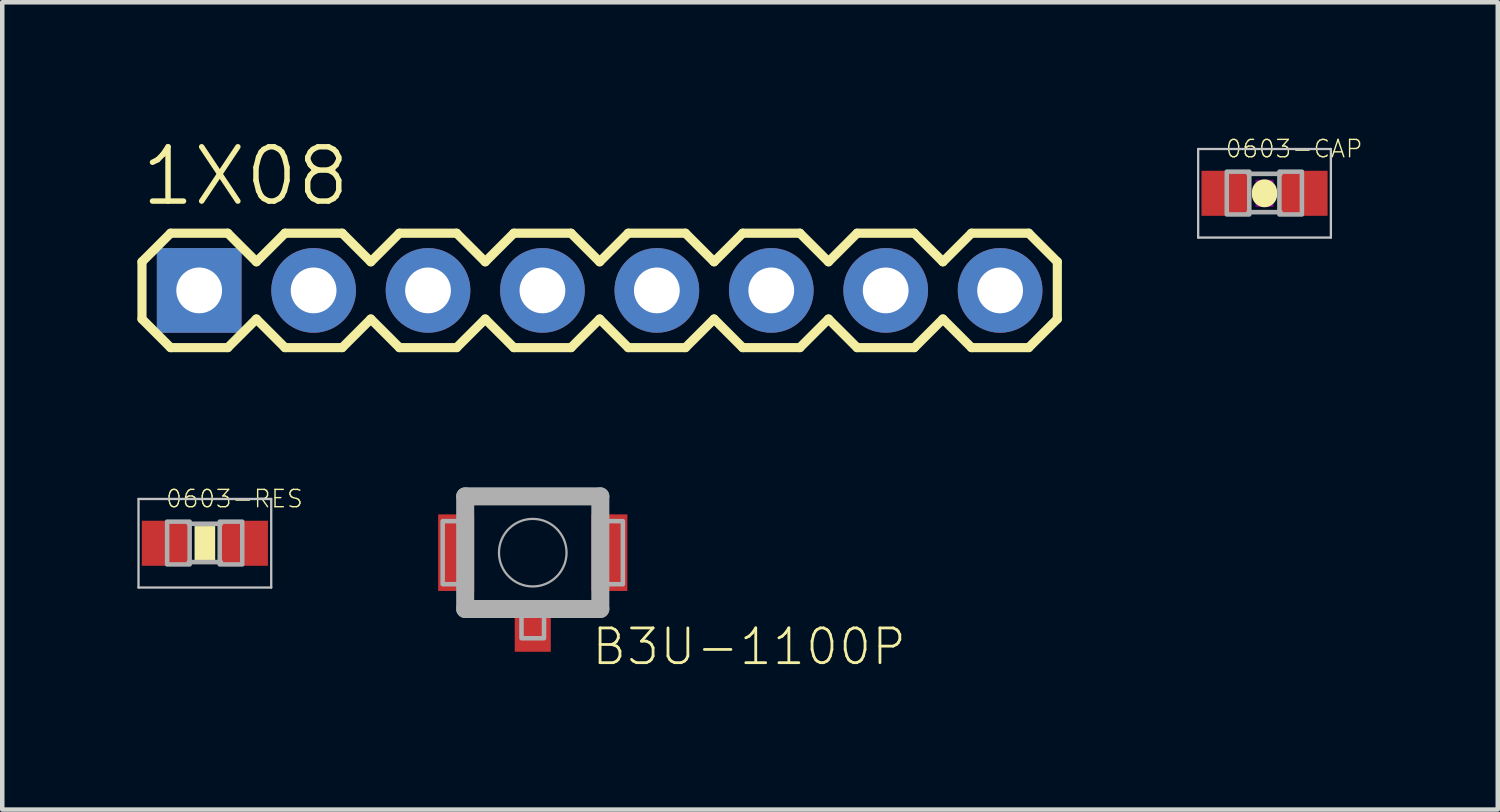
<source format=kicad_pcb>
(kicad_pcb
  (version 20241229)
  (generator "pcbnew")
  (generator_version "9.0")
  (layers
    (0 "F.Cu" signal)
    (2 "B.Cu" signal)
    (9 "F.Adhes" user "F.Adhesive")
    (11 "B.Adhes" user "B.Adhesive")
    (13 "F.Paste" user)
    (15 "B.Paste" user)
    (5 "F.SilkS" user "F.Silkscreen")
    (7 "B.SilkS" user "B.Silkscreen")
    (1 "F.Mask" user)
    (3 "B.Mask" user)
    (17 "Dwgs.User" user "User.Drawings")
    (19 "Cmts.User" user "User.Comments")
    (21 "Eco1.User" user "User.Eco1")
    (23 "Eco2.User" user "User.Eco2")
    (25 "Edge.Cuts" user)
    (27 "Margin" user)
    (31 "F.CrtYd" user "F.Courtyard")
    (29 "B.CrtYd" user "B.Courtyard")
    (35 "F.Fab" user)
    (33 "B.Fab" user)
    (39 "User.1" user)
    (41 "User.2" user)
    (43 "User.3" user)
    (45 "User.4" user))
  (footprint "1X08"
    (layer "F.Cu")
    (at 1.372 3.397)
    (property "Reference" "1X08" (at -1.346 -1.829 0) (layer "F.SilkS") (effects (font (size 1.206 1.206) (thickness 0.121)) (justify left bottom)))
    (attr through_hole)
    (fp_line (start -1.27 -0.635) (end -1.27 0.635) (stroke (width 0.203) (type solid)) (layer "F.SilkS"))
    (fp_line (start -1.27 0.635) (end -0.635 1.27) (stroke (width 0.203) (type solid)) (layer "F.SilkS"))
    (fp_line (start -0.635 -1.27) (end -1.27 -0.635) (stroke (width 0.203) (type solid)) (layer "F.SilkS"))
    (fp_line (start -0.635 -1.27) (end 0.635 -1.27) (stroke (width 0.203) (type solid)) (layer "F.SilkS"))
    (fp_line (start 0.635 -1.27) (end 1.27 -0.635) (stroke (width 0.203) (type solid)) (layer "F.SilkS"))
    (fp_line (start 0.635 1.27) (end -0.635 1.27) (stroke (width 0.203) (type solid)) (layer "F.SilkS"))
    (fp_line (start 1.27 -0.635) (end 1.905 -1.27) (stroke (width 0.203) (type solid)) (layer "F.SilkS"))
    (fp_line (start 1.27 0.635) (end 0.635 1.27) (stroke (width 0.203) (type solid)) (layer "F.SilkS"))
    (fp_line (start 1.905 -1.27) (end 3.175 -1.27) (stroke (width 0.203) (type solid)) (layer "F.SilkS"))
    (fp_line (start 1.905 1.27) (end 1.27 0.635) (stroke (width 0.203) (type solid)) (layer "F.SilkS"))
    (fp_line (start 3.175 -1.27) (end 3.81 -0.635) (stroke (width 0.203) (type solid)) (layer "F.SilkS"))
    (fp_line (start 3.175 1.27) (end 1.905 1.27) (stroke (width 0.203) (type solid)) (layer "F.SilkS"))
    (fp_line (start 3.81 -0.635) (end 4.445 -1.27) (stroke (width 0.203) (type solid)) (layer "F.SilkS"))
    (fp_line (start 3.81 0.635) (end 3.175 1.27) (stroke (width 0.203) (type solid)) (layer "F.SilkS"))
    (fp_line (start 4.445 -1.27) (end 5.715 -1.27) (stroke (width 0.203) (type solid)) (layer "F.SilkS"))
    (fp_line (start 4.445 1.27) (end 3.81 0.635) (stroke (width 0.203) (type solid)) (layer "F.SilkS"))
    (fp_line (start 5.715 -1.27) (end 6.35 -0.635) (stroke (width 0.203) (type solid)) (layer "F.SilkS"))
    (fp_line (start 5.715 1.27) (end 4.445 1.27) (stroke (width 0.203) (type solid)) (layer "F.SilkS"))
    (fp_line (start 6.35 0.635) (end 5.715 1.27) (stroke (width 0.203) (type solid)) (layer "F.SilkS"))
    (fp_line (start 6.35 0.635) (end 6.985 1.27) (stroke (width 0.203) (type solid)) (layer "F.SilkS"))
    (fp_line (start 6.985 -1.27) (end 6.35 -0.635) (stroke (width 0.203) (type solid)) (layer "F.SilkS"))
    (fp_line (start 6.985 -1.27) (end 8.255 -1.27) (stroke (width 0.203) (type solid)) (layer "F.SilkS"))
    (fp_line (start 8.255 -1.27) (end 8.89 -0.635) (stroke (width 0.203) (type solid)) (layer "F.SilkS"))
    (fp_line (start 8.255 1.27) (end 6.985 1.27) (stroke (width 0.203) (type solid)) (layer "F.SilkS"))
    (fp_line (start 8.89 -0.635) (end 9.525 -1.27) (stroke (width 0.203) (type solid)) (layer "F.SilkS"))
    (fp_line (start 8.89 0.635) (end 8.255 1.27) (stroke (width 0.203) (type solid)) (layer "F.SilkS"))
    (fp_line (start 9.525 -1.27) (end 10.795 -1.27) (stroke (width 0.203) (type solid)) (layer "F.SilkS"))
    (fp_line (start 9.525 1.27) (end 8.89 0.635) (stroke (width 0.203) (type solid)) (layer "F.SilkS"))
    (fp_line (start 10.795 -1.27) (end 11.43 -0.635) (stroke (width 0.203) (type solid)) (layer "F.SilkS"))
    (fp_line (start 10.795 1.27) (end 9.525 1.27) (stroke (width 0.203) (type solid)) (layer "F.SilkS"))
    (fp_line (start 11.43 -0.635) (end 12.065 -1.27) (stroke (width 0.203) (type solid)) (layer "F.SilkS"))
    (fp_line (start 11.43 0.635) (end 10.795 1.27) (stroke (width 0.203) (type solid)) (layer "F.SilkS"))
    (fp_line (start 12.065 -1.27) (end 13.335 -1.27) (stroke (width 0.203) (type solid)) (layer "F.SilkS"))
    (fp_line (start 12.065 1.27) (end 11.43 0.635) (stroke (width 0.203) (type solid)) (layer "F.SilkS"))
    (fp_line (start 13.335 -1.27) (end 13.97 -0.635) (stroke (width 0.203) (type solid)) (layer "F.SilkS"))
    (fp_line (start 13.335 1.27) (end 12.065 1.27) (stroke (width 0.203) (type solid)) (layer "F.SilkS"))
    (fp_line (start 13.97 0.635) (end 13.335 1.27) (stroke (width 0.203) (type solid)) (layer "F.SilkS"))
    (fp_line (start 13.97 0.635) (end 14.605 1.27) (stroke (width 0.203) (type solid)) (layer "F.SilkS"))
    (fp_line (start 14.605 -1.27) (end 13.97 -0.635) (stroke (width 0.203) (type solid)) (layer "F.SilkS"))
    (fp_line (start 14.605 -1.27) (end 15.875 -1.27) (stroke (width 0.203) (type solid)) (layer "F.SilkS"))
    (fp_line (start 15.875 -1.27) (end 16.51 -0.635) (stroke (width 0.203) (type solid)) (layer "F.SilkS"))
    (fp_line (start 15.875 1.27) (end 14.605 1.27) (stroke (width 0.203) (type solid)) (layer "F.SilkS"))
    (fp_line (start 16.51 0.635) (end 15.875 1.27) (stroke (width 0.203) (type solid)) (layer "F.SilkS"))
    (fp_line (start 16.51 0.635) (end 17.145 1.27) (stroke (width 0.203) (type solid)) (layer "F.SilkS"))
    (fp_line (start 17.145 -1.27) (end 16.51 -0.635) (stroke (width 0.203) (type solid)) (layer "F.SilkS"))
    (fp_line (start 17.145 -1.27) (end 18.415 -1.27) (stroke (width 0.203) (type solid)) (layer "F.SilkS"))
    (fp_line (start 18.415 -1.27) (end 19.05 -0.635) (stroke (width 0.203) (type solid)) (layer "F.SilkS"))
    (fp_line (start 18.415 1.27) (end 17.145 1.27) (stroke (width 0.203) (type solid)) (layer "F.SilkS"))
    (fp_line (start 19.05 -0.635) (end 19.05 0.635) (stroke (width 0.203) (type solid)) (layer "F.SilkS"))
    (fp_line (start 19.05 0.635) (end 18.415 1.27) (stroke (width 0.203) (type solid)) (layer "F.SilkS"))
    (fp_poly (pts (xy -0.254 0.254) (xy 0.254 0.254) (xy 0.254 -0.254) (xy -0.254 -0.254)) (stroke (width 0.1) (type solid)) (fill no) (layer "F.Fab"))
    (fp_poly (pts (xy 2.286 0.254) (xy 2.794 0.254) (xy 2.794 -0.254) (xy 2.286 -0.254)) (stroke (width 0.1) (type solid)) (fill no) (layer "F.Fab"))
    (fp_poly (pts (xy 4.826 0.254) (xy 5.334 0.254) (xy 5.334 -0.254) (xy 4.826 -0.254)) (stroke (width 0.1) (type solid)) (fill no) (layer "F.Fab"))
    (fp_poly (pts (xy 7.366 0.254) (xy 7.874 0.254) (xy 7.874 -0.254) (xy 7.366 -0.254)) (stroke (width 0.1) (type solid)) (fill no) (layer "F.Fab"))
    (fp_poly (pts (xy 9.906 0.254) (xy 10.414 0.254) (xy 10.414 -0.254) (xy 9.906 -0.254)) (stroke (width 0.1) (type solid)) (fill no) (layer "F.Fab"))
    (fp_poly (pts (xy 12.446 0.254) (xy 12.954 0.254) (xy 12.954 -0.254) (xy 12.446 -0.254)) (stroke (width 0.1) (type solid)) (fill no) (layer "F.Fab"))
    (fp_poly (pts (xy 14.986 0.254) (xy 15.494 0.254) (xy 15.494 -0.254) (xy 14.986 -0.254)) (stroke (width 0.1) (type solid)) (fill no) (layer "F.Fab"))
    (fp_poly (pts (xy 17.526 0.254) (xy 18.034 0.254) (xy 18.034 -0.254) (xy 17.526 -0.254)) (stroke (width 0.1) (type solid)) (fill no) (layer "F.Fab"))
    (pad "1" thru_hole rect (at 0 0 90) (size 1.88 1.88) (drill 1.016) (layers "*.Cu" "*.Mask"))
    (pad "2" thru_hole circle (at 2.54 0 90) (size 1.88 1.88) (drill 1.016) (layers "*.Cu" "*.Mask"))
    (pad "3" thru_hole circle (at 5.08 0 90) (size 1.88 1.88) (drill 1.016) (layers "*.Cu" "*.Mask"))
    (pad "4" thru_hole circle (at 7.62 0 90) (size 1.88 1.88) (drill 1.016) (layers "*.Cu" "*.Mask"))
    (pad "5" thru_hole circle (at 10.16 0 90) (size 1.88 1.88) (drill 1.016) (layers "*.Cu" "*.Mask"))
    (pad "6" thru_hole circle (at 12.7 0 90) (size 1.88 1.88) (drill 1.016) (layers "*.Cu" "*.Mask"))
    (pad "7" thru_hole circle (at 15.24 0 90) (size 1.88 1.88) (drill 1.016) (layers "*.Cu" "*.Mask"))
    (pad "8" thru_hole circle (at 17.78 0 90) (size 1.88 1.88) (drill 1.016) (layers "*.Cu" "*.Mask")))
  (footprint "B3U-1100P"
    (layer "F.Cu")
    (at 8.777 9.219)
    (property "Reference" "B3U-1100P" (at 1.27 2.54 180) (layer "F.SilkS") (effects (font (size 0.772 0.772) (thickness 0.062)) (justify left bottom)))
    (attr through_hole)
    (fp_line (start -1.5 -1.25) (end 1.5 -1.25) (stroke (width 0.4) (type solid)) (layer "F.Fab"))
    (fp_line (start -1.5 1.25) (end -1.5 -1.25) (stroke (width 0.4) (type solid)) (layer "F.Fab"))
    (fp_line (start 1.5 -1.25) (end 1.5 1.25) (stroke (width 0.4) (type solid)) (layer "F.Fab"))
    (fp_line (start 1.5 1.25) (end -1.5 1.25) (stroke (width 0.4) (type solid)) (layer "F.Fab"))
    (fp_circle (center 0 0) (end 0.75 0) (stroke (width 0.05) (type solid)) (fill no) (layer "F.Fab"))
    (fp_poly (pts (xy -2 0.7) (xy -1.5 0.7) (xy -1.5 -0.7) (xy -2 -0.7)) (stroke (width 0.1) (type solid)) (fill no) (layer "F.Fab"))
    (fp_poly (pts (xy -0.25 1.9) (xy 0.25 1.9) (xy 0.25 1.25) (xy -0.25 1.25)) (stroke (width 0.1) (type solid)) (fill no) (layer "F.Fab"))
    (fp_poly (pts (xy 1.5 0.7) (xy 2 0.7) (xy 2 -0.7) (xy 1.5 -0.7)) (stroke (width 0.1) (type solid)) (fill no) (layer "F.Fab"))
    (pad "P$1" smd rect (at -1.7 0) (size 0.8 1.7) (layers "F.Cu" "F.Mask" "F.Paste"))
    (pad "P$2" smd rect (at 1.7 0) (size 0.8 1.7) (layers "F.Cu" "F.Mask" "F.Paste"))
    (pad "P$3" smd rect (at 0 1.65) (size 0.8 1.1) (layers "F.Cu" "F.Mask" "F.Paste")))
  (footprint "0603-CAP"
    (layer "F.Cu")
    (at 25.022 1.241)
    (property "Reference" "0603-CAP" (at -0.889 -0.762 180) (layer "F.SilkS") (effects (font (size 0.386 0.386) (thickness 0.031)) (justify left bottom)))
    (attr through_hole)
    (fp_line (start 0 -0.03) (end 0 0.03) (stroke (width 0.559) (type solid)) (layer "F.SilkS"))
    (fp_poly (pts (xy -0.2 0.3) (xy 0.2 0.3) (xy 0.2 -0.3) (xy -0.2 -0.3)) (stroke (width 0) (type solid)) (fill yes) (layer "F.Adhes"))
    (fp_line (start -1.473 -0.983) (end 1.473 -0.983) (stroke (width 0.051) (type solid)) (layer "Dwgs.User"))
    (fp_line (start -1.473 0.983) (end -1.473 -0.983) (stroke (width 0.051) (type solid)) (layer "Dwgs.User"))
    (fp_line (start 1.473 -0.983) (end 1.473 0.983) (stroke (width 0.051) (type solid)) (layer "Dwgs.User"))
    (fp_line (start 1.473 0.983) (end -1.473 0.983) (stroke (width 0.051) (type solid)) (layer "Dwgs.User"))
    (fp_line (start -0.356 -0.432) (end 0.356 -0.432) (stroke (width 0.102) (type solid)) (layer "F.Fab"))
    (fp_line (start -0.356 0.419) (end 0.356 0.419) (stroke (width 0.102) (type solid)) (layer "F.Fab"))
    (fp_poly (pts (xy -0.838 0.47) (xy -0.338 0.47) (xy -0.338 -0.48) (xy -0.838 -0.48)) (stroke (width 0.1) (type solid)) (fill no) (layer "F.Fab"))
    (fp_poly (pts (xy 0.33 0.47) (xy 0.83 0.47) (xy 0.83 -0.48) (xy 0.33 -0.48)) (stroke (width 0.1) (type solid)) (fill no) (layer "F.Fab"))
    (pad "1" smd rect (at -0.85 0) (size 1.1 1) (layers "F.Cu" "F.Mask" "F.Paste"))
    (pad "2" smd rect (at 0.85 0) (size 1.1 1) (layers "F.Cu" "F.Mask" "F.Paste")))
  (footprint "0603-RES"
    (layer "F.Cu")
    (at 1.498 9.01)
    (property "Reference" "0603-RES" (at -0.889 -0.762 180) (layer "F.SilkS") (effects (font (size 0.386 0.386) (thickness 0.031)) (justify left bottom)))
    (attr through_hole)
    (fp_poly (pts (xy -0.229 0.381) (xy 0.229 0.381) (xy 0.229 -0.381) (xy -0.229 -0.381)) (stroke (width 0) (type solid)) (fill yes) (layer "F.SilkS"))
    (fp_poly (pts (xy -0.2 0.3) (xy 0.2 0.3) (xy 0.2 -0.3) (xy -0.2 -0.3)) (stroke (width 0) (type solid)) (fill yes) (layer "F.Adhes"))
    (fp_line (start -1.473 -0.983) (end 1.473 -0.983) (stroke (width 0.051) (type solid)) (layer "Dwgs.User"))
    (fp_line (start -1.473 0.983) (end -1.473 -0.983) (stroke (width 0.051) (type solid)) (layer "Dwgs.User"))
    (fp_line (start 1.473 -0.983) (end 1.473 0.983) (stroke (width 0.051) (type solid)) (layer "Dwgs.User"))
    (fp_line (start 1.473 0.983) (end -1.473 0.983) (stroke (width 0.051) (type solid)) (layer "Dwgs.User"))
    (fp_line (start -0.356 -0.432) (end 0.356 -0.432) (stroke (width 0.102) (type solid)) (layer "F.Fab"))
    (fp_line (start -0.356 0.419) (end 0.356 0.419) (stroke (width 0.102) (type solid)) (layer "F.Fab"))
    (fp_poly (pts (xy -0.838 0.47) (xy -0.338 0.47) (xy -0.338 -0.48) (xy -0.838 -0.48)) (stroke (width 0.1) (type solid)) (fill no) (layer "F.Fab"))
    (fp_poly (pts (xy 0.33 0.47) (xy 0.83 0.47) (xy 0.83 -0.48) (xy 0.33 -0.48)) (stroke (width 0.1) (type solid)) (fill no) (layer "F.Fab"))
    (pad "1" smd rect (at -0.85 0) (size 1.1 1) (layers "F.Cu" "F.Mask" "F.Paste"))
    (pad "2" smd rect (at 0.85 0) (size 1.1 1) (layers "F.Cu" "F.Mask" "F.Paste")))
  (gr_rect
    (start -3 -3)
    (end 30.2 14.922)
    (stroke (width 0.1) (type default))
    (fill no)
    (layer "Edge.Cuts")))
</source>
